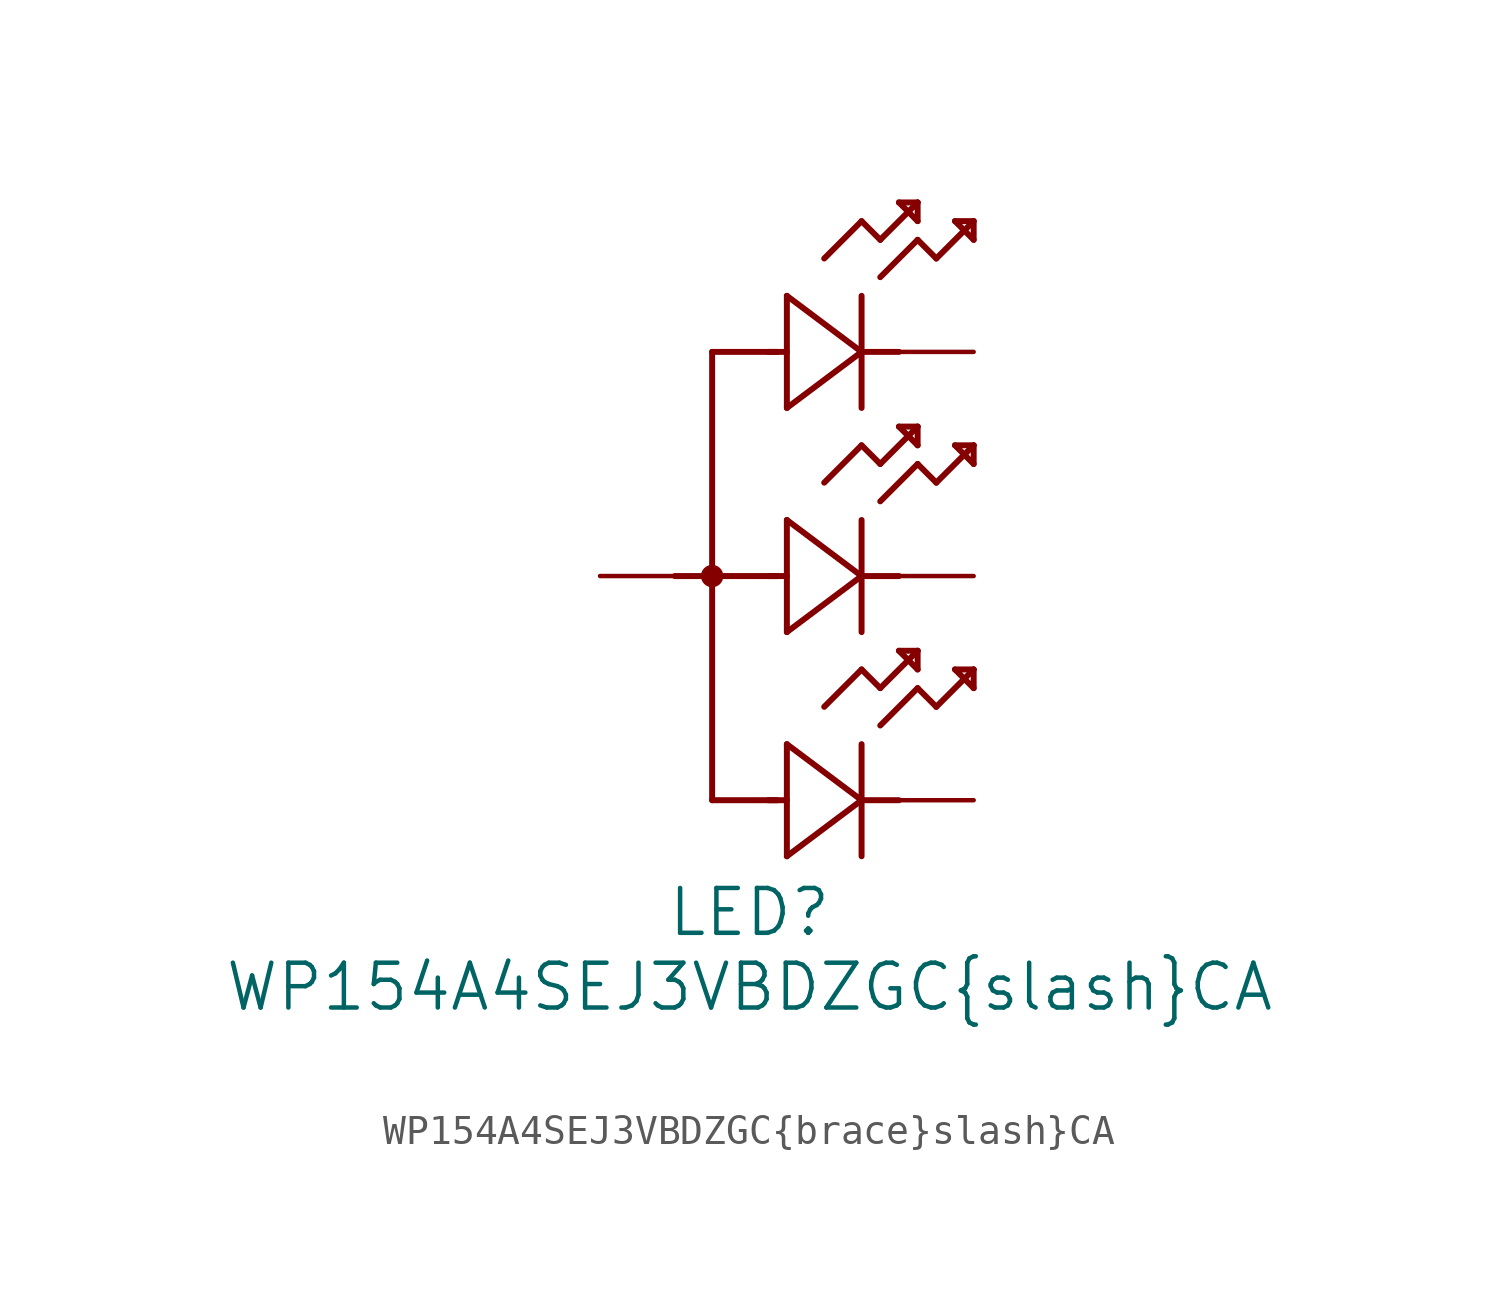
<source format=kicad_sym>
(kicad_symbol_lib
  (version 20211014)
  (generator kicad_symbol_editor)
  (symbol "WP154A4SEJ3VBDZGC{brace}slash}CA"
    (pin_numbers hide)
    (pin_names hide)
    (property "Reference" "LED"
      (at 5.08 -11.43 0)
      (effects (font (size 1.524 1.524))))
    (property "Value" "WP154A4SEJ3VBDZGC{brace}slash}CA"
      (at 5.08 -13.97 0)
      (effects (font (size 1.524 1.524))))
    (property "Datasheet" ""
      (at 0 0 0)
      (effects (font (size 1.524 1.524))))
    (property "ki_locked" ""
      (at 0 0 0)
      (effects (font (size 1.27 1.27))))
    (symbol "WP154A4SEJ3VBDZGC{brace}slash}CA_1_1"
      (polyline (pts (xy 2.54 0) (xy 6.02 0)) (stroke (width 0.203) (type default) (color 0 0 0 0)) (fill (type none)))
      (polyline (pts (xy 3.81 -7.62) (xy 6.02 -7.62)) (stroke (width 0.203) (type default) (color 0 0 0 0)) (fill (type none)))
      (polyline (pts (xy 3.81 7.62) (xy 3.81 -7.62)) (stroke (width 0.203) (type default) (color 0 0 0 0)) (fill (type none)))
      (polyline (pts (xy 3.81 7.62) (xy 6.02 7.62)) (stroke (width 0.203) (type default) (color 0 0 0 0)) (fill (type none)))
      (polyline (pts (xy 5.715 -7.62) (xy 6.35 -7.62)) (stroke (width 0.203) (type default) (color 0 0 0 0)) (fill (type none)))
      (polyline (pts (xy 5.715 0) (xy 6.35 0)) (stroke (width 0.203) (type default) (color 0 0 0 0)) (fill (type none)))
      (polyline (pts (xy 5.715 7.62) (xy 6.35 7.62)) (stroke (width 0.203) (type default) (color 0 0 0 0)) (fill (type none)))
      (polyline (pts (xy 6.35 -9.525) (xy 8.89 -7.62)) (stroke (width 0.203) (type default) (color 0 0 0 0)) (fill (type none)))
      (polyline (pts (xy 6.35 -5.715) (xy 6.35 -9.525)) (stroke (width 0.203) (type default) (color 0 0 0 0)) (fill (type none)))
      (polyline (pts (xy 6.35 -1.905) (xy 8.89 0)) (stroke (width 0.203) (type default) (color 0 0 0 0)) (fill (type none)))
      (polyline (pts (xy 6.35 1.905) (xy 6.35 -1.905)) (stroke (width 0.203) (type default) (color 0 0 0 0)) (fill (type none)))
      (polyline (pts (xy 6.35 5.715) (xy 8.89 7.62)) (stroke (width 0.203) (type default) (color 0 0 0 0)) (fill (type none)))
      (polyline (pts (xy 6.35 9.525) (xy 6.35 5.715)) (stroke (width 0.203) (type default) (color 0 0 0 0)) (fill (type none)))
      (polyline (pts (xy 7.62 -4.445) (xy 8.89 -3.175)) (stroke (width 0.203) (type default) (color 0 0 0 0)) (fill (type none)))
      (polyline (pts (xy 7.62 3.175) (xy 8.89 4.445)) (stroke (width 0.203) (type default) (color 0 0 0 0)) (fill (type none)))
      (polyline (pts (xy 7.62 10.795) (xy 8.89 12.065)) (stroke (width 0.203) (type default) (color 0 0 0 0)) (fill (type none)))
      (polyline (pts (xy 8.89 -9.525) (xy 8.89 -5.715)) (stroke (width 0.203) (type default) (color 0 0 0 0)) (fill (type none)))
      (polyline (pts (xy 8.89 -7.62) (xy 6.35 -5.715)) (stroke (width 0.203) (type default) (color 0 0 0 0)) (fill (type none)))
      (polyline (pts (xy 8.89 -7.62) (xy 10.16 -7.62)) (stroke (width 0.203) (type default) (color 0 0 0 0)) (fill (type none)))
      (polyline (pts (xy 8.89 -3.175) (xy 9.525 -3.81)) (stroke (width 0.203) (type default) (color 0 0 0 0)) (fill (type none)))
      (polyline (pts (xy 8.89 -1.905) (xy 8.89 1.905)) (stroke (width 0.203) (type default) (color 0 0 0 0)) (fill (type none)))
      (polyline (pts (xy 8.89 0) (xy 6.35 1.905)) (stroke (width 0.203) (type default) (color 0 0 0 0)) (fill (type none)))
      (polyline (pts (xy 8.89 0) (xy 10.16 0)) (stroke (width 0.203) (type default) (color 0 0 0 0)) (fill (type none)))
      (polyline (pts (xy 8.89 4.445) (xy 9.525 3.81)) (stroke (width 0.203) (type default) (color 0 0 0 0)) (fill (type none)))
      (polyline (pts (xy 8.89 5.715) (xy 8.89 9.525)) (stroke (width 0.203) (type default) (color 0 0 0 0)) (fill (type none)))
      (polyline (pts (xy 8.89 7.62) (xy 6.35 9.525)) (stroke (width 0.203) (type default) (color 0 0 0 0)) (fill (type none)))
      (polyline (pts (xy 8.89 7.62) (xy 10.16 7.62)) (stroke (width 0.203) (type default) (color 0 0 0 0)) (fill (type none)))
      (polyline (pts (xy 8.89 12.065) (xy 9.525 11.43)) (stroke (width 0.203) (type default) (color 0 0 0 0)) (fill (type none)))
      (polyline (pts (xy 9.525 -5.08) (xy 10.795 -3.81)) (stroke (width 0.203) (type default) (color 0 0 0 0)) (fill (type none)))
      (polyline (pts (xy 9.525 -3.81) (xy 10.795 -2.54)) (stroke (width 0.203) (type default) (color 0 0 0 0)) (fill (type none)))
      (polyline (pts (xy 9.525 2.54) (xy 10.795 3.81)) (stroke (width 0.203) (type default) (color 0 0 0 0)) (fill (type none)))
      (polyline (pts (xy 9.525 3.81) (xy 10.795 5.08)) (stroke (width 0.203) (type default) (color 0 0 0 0)) (fill (type none)))
      (polyline (pts (xy 9.525 10.16) (xy 10.795 11.43)) (stroke (width 0.203) (type default) (color 0 0 0 0)) (fill (type none)))
      (polyline (pts (xy 9.525 11.43) (xy 10.795 12.7)) (stroke (width 0.203) (type default) (color 0 0 0 0)) (fill (type none)))
      (polyline (pts (xy 10.16 -2.54) (xy 10.795 -3.175)) (stroke (width 0.203) (type default) (color 0 0 0 0)) (fill (type none)))
      (polyline (pts (xy 10.16 5.08) (xy 10.795 4.445)) (stroke (width 0.203) (type default) (color 0 0 0 0)) (fill (type none)))
      (polyline (pts (xy 10.16 12.7) (xy 10.795 12.065)) (stroke (width 0.203) (type default) (color 0 0 0 0)) (fill (type none)))
      (polyline (pts (xy 10.795 -3.81) (xy 11.43 -4.445)) (stroke (width 0.203) (type default) (color 0 0 0 0)) (fill (type none)))
      (polyline (pts (xy 10.795 -3.175) (xy 10.795 -2.54)) (stroke (width 0.203) (type default) (color 0 0 0 0)) (fill (type none)))
      (polyline (pts (xy 10.795 -2.54) (xy 10.16 -2.54)) (stroke (width 0.203) (type default) (color 0 0 0 0)) (fill (type none)))
      (polyline (pts (xy 10.795 3.81) (xy 11.43 3.175)) (stroke (width 0.203) (type default) (color 0 0 0 0)) (fill (type none)))
      (polyline (pts (xy 10.795 4.445) (xy 10.795 5.08)) (stroke (width 0.203) (type default) (color 0 0 0 0)) (fill (type none)))
      (polyline (pts (xy 10.795 5.08) (xy 10.16 5.08)) (stroke (width 0.203) (type default) (color 0 0 0 0)) (fill (type none)))
      (polyline (pts (xy 10.795 11.43) (xy 11.43 10.795)) (stroke (width 0.203) (type default) (color 0 0 0 0)) (fill (type none)))
      (polyline (pts (xy 10.795 12.065) (xy 10.795 12.7)) (stroke (width 0.203) (type default) (color 0 0 0 0)) (fill (type none)))
      (polyline (pts (xy 10.795 12.7) (xy 10.16 12.7)) (stroke (width 0.203) (type default) (color 0 0 0 0)) (fill (type none)))
      (polyline (pts (xy 11.43 -4.445) (xy 12.7 -3.175)) (stroke (width 0.203) (type default) (color 0 0 0 0)) (fill (type none)))
      (polyline (pts (xy 11.43 3.175) (xy 12.7 4.445)) (stroke (width 0.203) (type default) (color 0 0 0 0)) (fill (type none)))
      (polyline (pts (xy 11.43 10.795) (xy 12.7 12.065)) (stroke (width 0.203) (type default) (color 0 0 0 0)) (fill (type none)))
      (polyline (pts (xy 12.065 -3.175) (xy 12.7 -3.81)) (stroke (width 0.203) (type default) (color 0 0 0 0)) (fill (type none)))
      (polyline (pts (xy 12.065 4.445) (xy 12.7 3.81)) (stroke (width 0.203) (type default) (color 0 0 0 0)) (fill (type none)))
      (polyline (pts (xy 12.065 12.065) (xy 12.7 11.43)) (stroke (width 0.203) (type default) (color 0 0 0 0)) (fill (type none)))
      (polyline (pts (xy 12.7 -3.81) (xy 12.7 -3.175)) (stroke (width 0.203) (type default) (color 0 0 0 0)) (fill (type none)))
      (polyline (pts (xy 12.7 -3.175) (xy 12.065 -3.175)) (stroke (width 0.203) (type default) (color 0 0 0 0)) (fill (type none)))
      (polyline (pts (xy 12.7 3.81) (xy 12.7 4.445)) (stroke (width 0.203) (type default) (color 0 0 0 0)) (fill (type none)))
      (polyline (pts (xy 12.7 4.445) (xy 12.065 4.445)) (stroke (width 0.203) (type default) (color 0 0 0 0)) (fill (type none)))
      (polyline (pts (xy 12.7 11.43) (xy 12.7 12.065)) (stroke (width 0.203) (type default) (color 0 0 0 0)) (fill (type none)))
      (polyline (pts (xy 12.7 12.065) (xy 12.065 12.065)) (stroke (width 0.203) (type default) (color 0 0 0 0)) (fill (type none)))
      (arc (start 3.81 -0.254) (mid 3.81 0.254) (end 3.81 -0.254) (stroke (width 0.254) (type default) (color 0 0 0 0)) (fill (type none)))
      (circle (center 3.81 0) (radius 0.254) (stroke (width 0.254) (type default) (color 0 0 0 0)) (fill (type none)))
      (pin unspecified line (at 12.7 -7.62 180) (length 2.54) (name "R" (effects (font (size 1.499 1.499)))) (number "1" (effects (font (size 1.499 1.499)))))
      (pin power_in line (at 0 0 0) (length 2.54) (name "CA" (effects (font (size 1.499 1.499)))) (number "2" (effects (font (size 1.499 1.499)))))
      (pin unspecified line (at 12.7 0 180) (length 2.54) (name "B" (effects (font (size 1.499 1.499)))) (number "3" (effects (font (size 1.499 1.499)))))
      (pin unspecified line (at 12.7 7.62 180) (length 2.54) (name "G" (effects (font (size 1.499 1.499)))) (number "4" (effects (font (size 1.499 1.499))))))))
</source>
